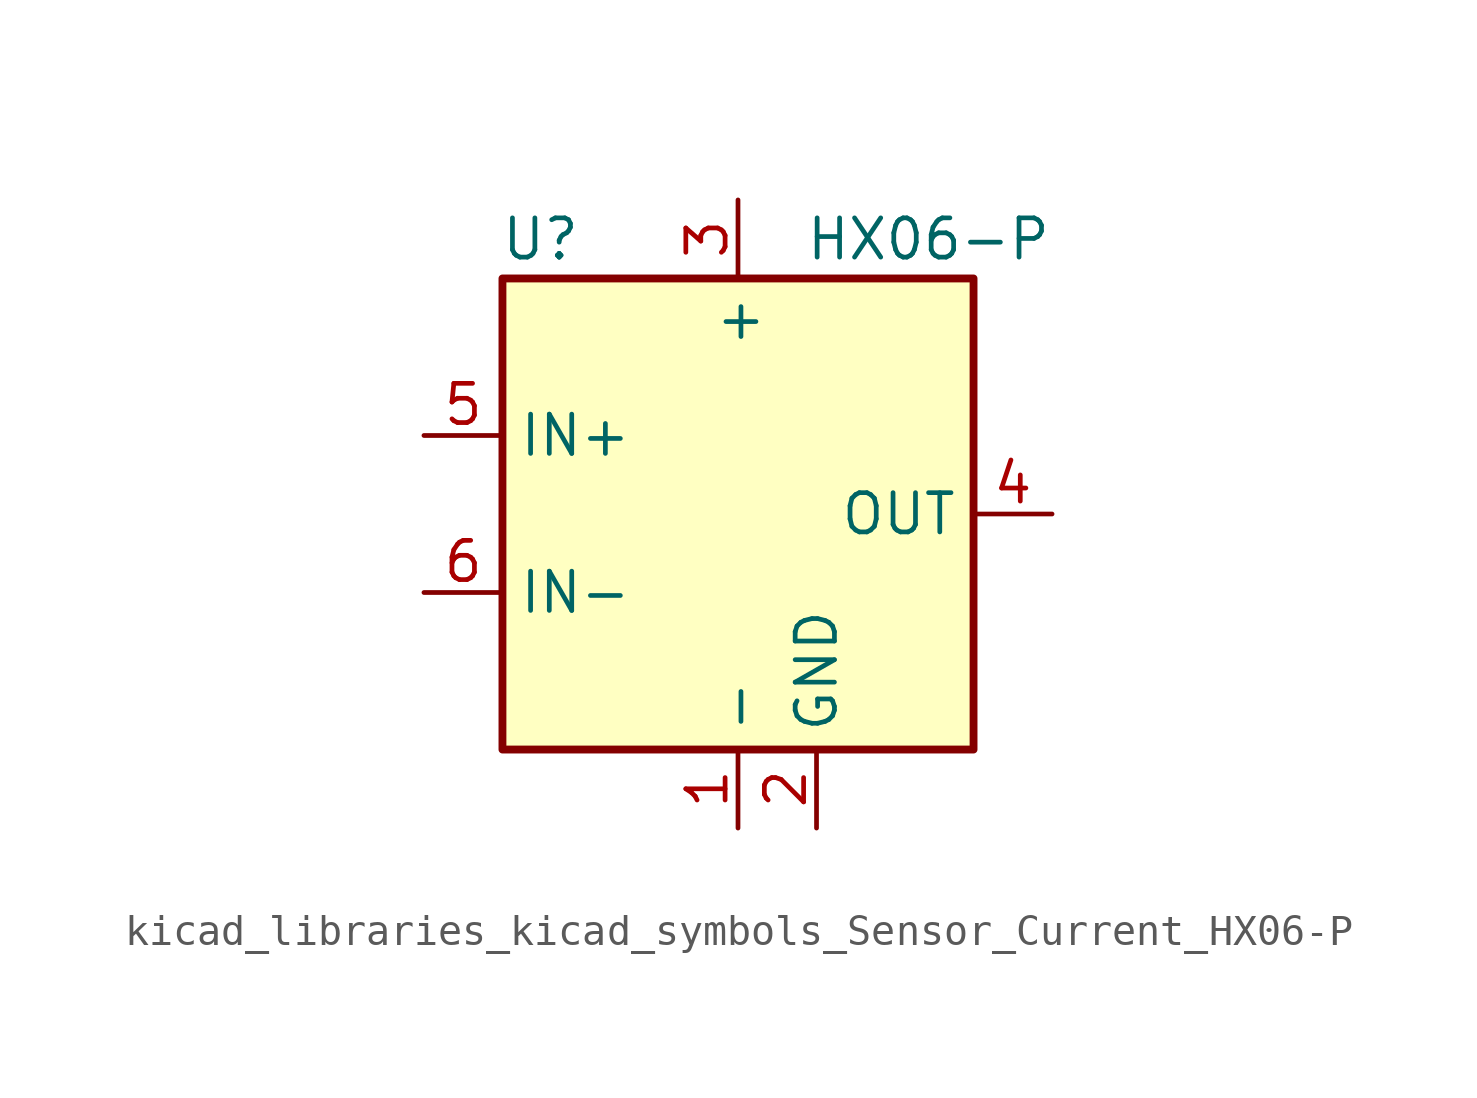
<source format=kicad_sym>
(kicad_symbol_lib
  (version 20220914)
  (generator kicad_symbol_editor)
  (symbol "kicad_libraries_kicad_symbols_Sensor_Current_HX06-P"
    (property "Reference" "U"
      (at -5.08 8.89 0)
      (effects (font (size 1.27 1.27)) (justify right)))
    (property "Value" "HX06-P"
      (at 10.16 8.89 0)
      (effects (font (size 1.27 1.27)) (justify right)))
    (symbol "kicad_libraries_kicad_symbols_Sensor_Current_HX06-P_0_1"
      (rectangle (start -7.62 7.62) (end 7.62 -7.62) (stroke (width 0.254) (type default)) (fill (type background))))
    (symbol "kicad_libraries_kicad_symbols_Sensor_Current_HX06-P_1_1"
      (pin power_in line (at 0 -10.16 90) (length 2.54) (name "-" (effects (font (size 1.27 1.27)))) (number "1" (effects (font (size 1.27 1.27)))))
      (pin power_in line (at 2.54 -10.16 90) (length 2.54) (name "GND" (effects (font (size 1.27 1.27)))) (number "2" (effects (font (size 1.27 1.27)))))
      (pin power_in line (at 0 10.16 270) (length 2.54) (name "+" (effects (font (size 1.27 1.27)))) (number "3" (effects (font (size 1.27 1.27)))))
      (pin output line (at 10.16 0 180) (length 2.54) (name "OUT" (effects (font (size 1.27 1.27)))) (number "4" (effects (font (size 1.27 1.27)))))
      (pin passive line (at -10.16 2.54 0) (length 2.54) (name "IN+" (effects (font (size 1.27 1.27)))) (number "5" (effects (font (size 1.27 1.27)))))
      (pin passive line (at -10.16 -2.54 0) (length 2.54) (name "IN-" (effects (font (size 1.27 1.27)))) (number "6" (effects (font (size 1.27 1.27))))))))
</source>
